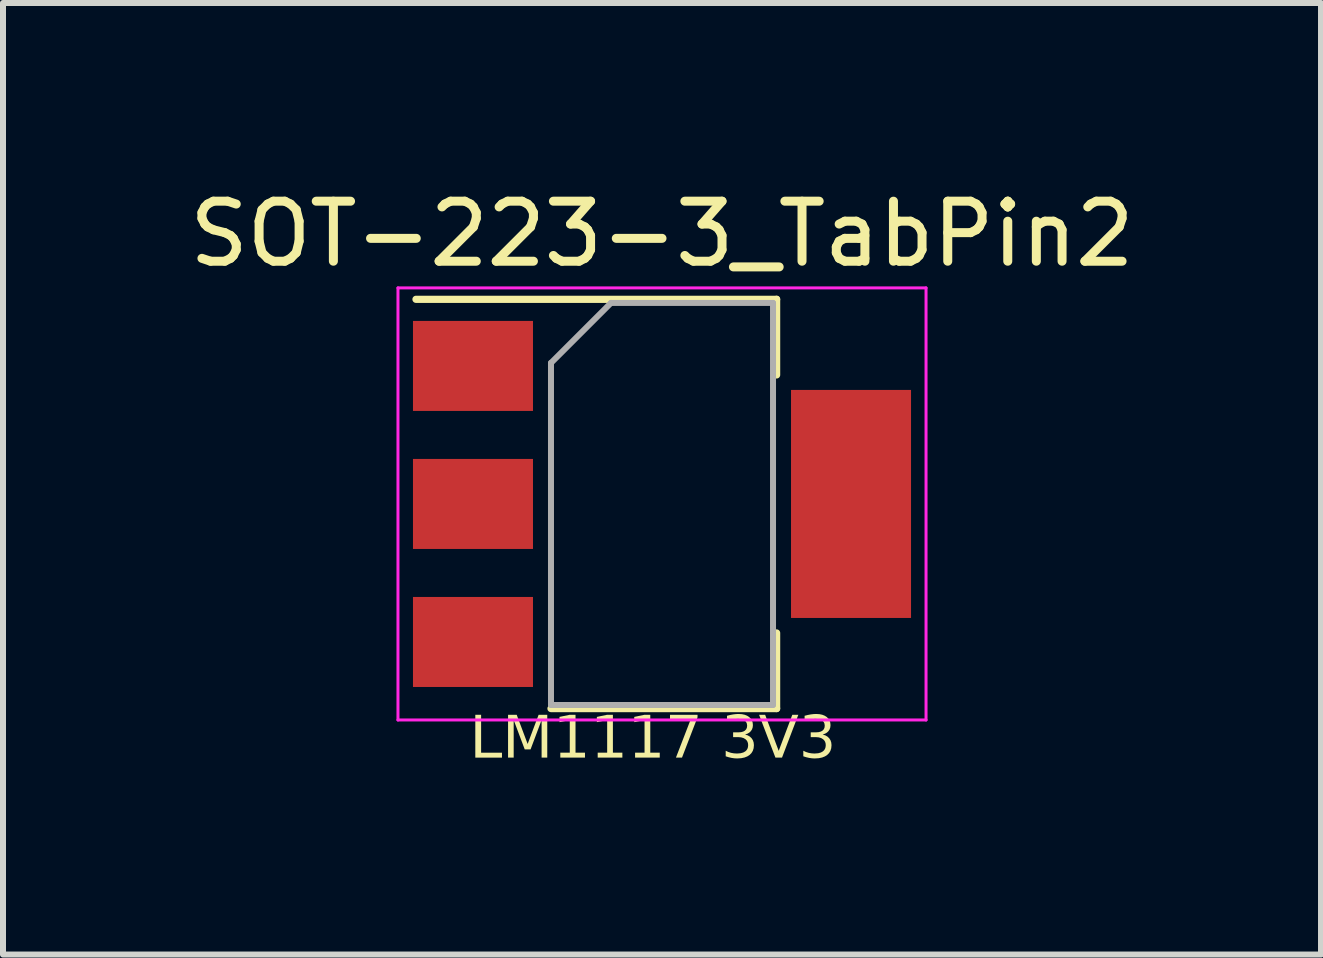
<source format=kicad_pcb>
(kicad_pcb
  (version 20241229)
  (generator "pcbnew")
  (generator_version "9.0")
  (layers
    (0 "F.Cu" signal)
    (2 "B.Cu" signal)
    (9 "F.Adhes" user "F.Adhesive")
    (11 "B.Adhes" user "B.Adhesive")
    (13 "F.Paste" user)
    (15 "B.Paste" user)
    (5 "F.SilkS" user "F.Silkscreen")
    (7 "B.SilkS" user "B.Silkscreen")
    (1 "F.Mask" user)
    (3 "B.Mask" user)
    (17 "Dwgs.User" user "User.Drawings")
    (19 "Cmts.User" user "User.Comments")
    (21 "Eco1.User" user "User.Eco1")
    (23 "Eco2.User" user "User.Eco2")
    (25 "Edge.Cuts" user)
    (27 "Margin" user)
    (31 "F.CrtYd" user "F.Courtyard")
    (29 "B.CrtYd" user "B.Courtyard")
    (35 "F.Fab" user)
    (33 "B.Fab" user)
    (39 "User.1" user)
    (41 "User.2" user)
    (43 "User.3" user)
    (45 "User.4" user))
  (footprint "SOT-223-3_TabPin2"
    (layer "F.Cu")
    (at 7.982 5.348)
    (property "Reference" "SOT-223-3_TabPin2" (at 0 -4.5 0) (layer "F.SilkS") (effects (font (size 1 1) (thickness 0.15))))
    (attr smd)
    (fp_line (start -4.1 -3.41) (end 1.91 -3.41) (stroke (width 0.12) (type solid)) (layer "F.SilkS"))
    (fp_line (start -1.85 3.41) (end 1.91 3.41) (stroke (width 0.12) (type solid)) (layer "F.SilkS"))
    (fp_line (start 1.91 -3.41) (end 1.91 -2.15) (stroke (width 0.12) (type solid)) (layer "F.SilkS"))
    (fp_line (start 1.91 3.41) (end 1.91 2.15) (stroke (width 0.12) (type solid)) (layer "F.SilkS"))
    (fp_line (start -4.4 -3.6) (end -4.4 3.6) (stroke (width 0.05) (type solid)) (layer "F.CrtYd"))
    (fp_line (start -4.4 3.6) (end 4.4 3.6) (stroke (width 0.05) (type solid)) (layer "F.CrtYd"))
    (fp_line (start 4.4 -3.6) (end -4.4 -3.6) (stroke (width 0.05) (type solid)) (layer "F.CrtYd"))
    (fp_line (start 4.4 3.6) (end 4.4 -3.6) (stroke (width 0.05) (type solid)) (layer "F.CrtYd"))
    (fp_line (start -1.85 -2.35) (end -1.85 3.35) (stroke (width 0.1) (type solid)) (layer "F.Fab"))
    (fp_line (start -1.85 -2.35) (end -0.85 -3.35) (stroke (width 0.1) (type solid)) (layer "F.Fab"))
    (fp_line (start -1.85 3.35) (end 1.85 3.35) (stroke (width 0.1) (type solid)) (layer "F.Fab"))
    (fp_line (start -0.85 -3.35) (end 1.85 -3.35) (stroke (width 0.1) (type solid)) (layer "F.Fab"))
    (fp_line (start 1.85 -3.35) (end 1.85 3.35) (stroke (width 0.1) (type solid)) (layer "F.Fab"))
    (fp_text user "LM1117 3V3" (at -0.152 3.937 0) (unlocked yes) (layer "F.SilkS") (effects (font (face "Eurostile Next LT Com") (size 0.7 0.7) (thickness 0.15))))
    (pad "1" smd rect (at -3.15 -2.3 180) (size 2 1.5) (layers "F.Cu" "F.Mask" "F.Paste"))
    (pad "2" smd rect (at -3.15 0 180) (size 2 1.5) (layers "F.Cu" "F.Mask" "F.Paste"))
    (pad "2" smd rect (at 3.15 0 180) (size 2 3.8) (layers "F.Cu" "F.Mask" "F.Paste"))
    (pad "3" smd rect (at -3.15 2.3 180) (size 2 1.5) (layers "F.Cu" "F.Mask" "F.Paste")))
  (gr_rect
    (start -3 -3)
    (end 18.964 12.857)
    (stroke (width 0.1) (type default))
    (fill no)
    (layer "Edge.Cuts")))
</source>
